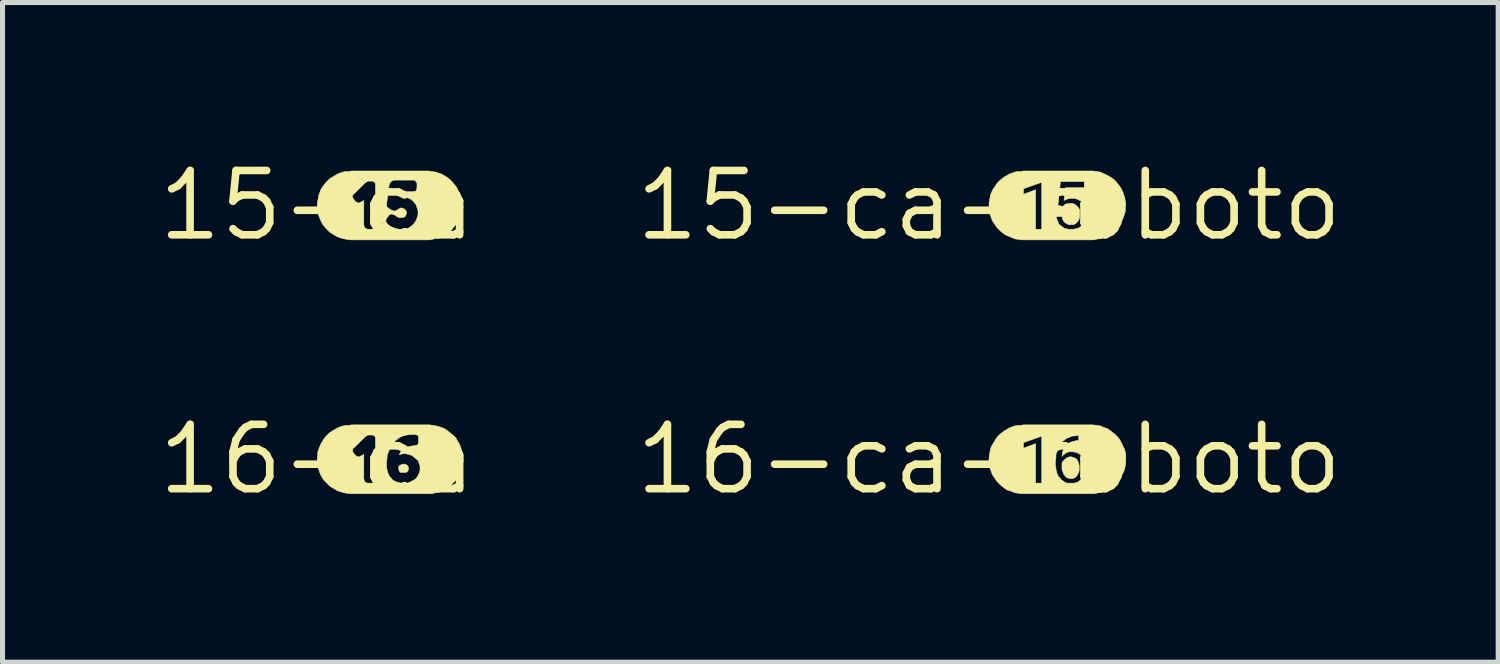
<source format=kicad_pcb>
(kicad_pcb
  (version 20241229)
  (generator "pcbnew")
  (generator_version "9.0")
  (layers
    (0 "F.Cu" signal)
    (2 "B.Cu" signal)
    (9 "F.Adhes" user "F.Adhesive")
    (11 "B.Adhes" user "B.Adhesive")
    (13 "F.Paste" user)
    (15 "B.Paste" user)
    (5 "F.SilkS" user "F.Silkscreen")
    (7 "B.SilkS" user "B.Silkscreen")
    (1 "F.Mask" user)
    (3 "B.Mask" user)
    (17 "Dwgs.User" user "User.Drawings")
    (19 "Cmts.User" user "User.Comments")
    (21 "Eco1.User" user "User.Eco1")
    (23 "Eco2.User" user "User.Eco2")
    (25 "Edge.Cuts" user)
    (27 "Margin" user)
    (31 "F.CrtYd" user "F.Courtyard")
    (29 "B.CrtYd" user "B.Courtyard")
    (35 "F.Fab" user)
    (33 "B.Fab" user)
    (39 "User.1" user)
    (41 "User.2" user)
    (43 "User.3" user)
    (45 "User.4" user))
  (footprint "16-ca"
    (layer "F.Cu")
    (at 3.213 6.019)
    (property "Reference" "16-ca" (at 0 0 0) (layer "F.SilkS") (effects (font (size 1.27 1.27) (thickness 0.15))))
    (attr board_only exclude_from_pos_files exclude_from_bom)
    (fp_poly (pts (xy 1.7 0.26) (xy 1.72 0.26) (xy 1.74 0.26) (xy 1.75 0.26) (xy 1.77 0.25) (xy 1.78 0.24) (xy 1.79 0.23) (xy 1.8 0.21) (xy 1.8 0.2) (xy 1.8 0.18) (xy 1.8 0.17) (xy 1.8 0.15) (xy 1.79 0.14) (xy 1.78 0.12) (xy 1.76 0.11) (xy 1.75 0.1) (xy 1.73 0.1) (xy 1.71 0.09) (xy 1.69 0.1) (xy 1.67 0.1) (xy 1.65 0.11) (xy 1.64 0.12) (xy 1.62 0.13) (xy 1.61 0.14) (xy 1.61 0.16) (xy 1.61 0.18) (xy 1.61 0.2) (xy 1.62 0.23) (xy 1.62 0.24) (xy 1.63 0.25) (xy 1.65 0.26) (xy 1.67 0.26) (xy 1.7 0.26)) (stroke (width 0.01) (type solid)) (fill yes) (layer "F.SilkS"))
    (fp_poly (pts (xy 0.68 -0.68) (xy 0.62 -0.67) (xy 0.56 -0.67) (xy 0.51 -0.66) (xy 0.45 -0.64) (xy 0.4 -0.62) (xy 0.35 -0.59) (xy 0.3 -0.56) (xy 0.25 -0.53) (xy 0.21 -0.49) (xy 0.17 -0.45) (xy 0.13 -0.4) (xy 0.1 -0.35) (xy 0.07 -0.3) (xy 0.05 -0.25) (xy 0.03 -0.2) (xy 0.01 -0.14) (xy 0.01 -0.08) (xy 0 -0.03) (xy 0 0.03) (xy 0.01 0.09) (xy 0.02 0.15) (xy 0.03 0.2) (xy 0.05 0.26) (xy 0.07 0.31) (xy 0.1 0.36) (xy 0.13 0.41) (xy 0.17 0.45) (xy 0.21 0.49) (xy 0.25 0.53) (xy 0.3 0.56) (xy 0.35 0.59) (xy 0.4 0.62) (xy 0.46 0.64) (xy 0.53 0.66) (xy 0.59 0.67) (xy 0.66 0.68) (xy 2.2 0.68) (xy 2.25 0.68) (xy 2.3 0.67) (xy 2.34 0.66) (xy 2.38 0.65) (xy 2.42 0.64) (xy 2.46 0.63) (xy 2.5 0.61) (xy 2.54 0.59) (xy 2.57 0.57) (xy 2.61 0.54) (xy 2.64 0.51) (xy 2.67 0.48) (xy 2.7 0.45) (xy 2.73 0.42) (xy 2.76 0.39) (xy 2.78 0.35) (xy 2.8 0.31) (xy 2.82 0.28) (xy 2.84 0.21) (xy 2.86 0.15) (xy 2.87 0.08) (xy 2.88 0.02) (xy 2.88 -0.05) (xy 2.87 -0.12) (xy 2.85 -0.18) (xy 2.83 -0.24) (xy 2.81 -0.3) (xy 2.77 -0.36) (xy 2.74 -0.42) (xy 2.69 -0.47) (xy 2.64 -0.51) (xy 2.59 -0.55) (xy 2.54 -0.59) (xy 2.48 -0.62) (xy 2.42 -0.64) (xy 2.35 -0.66) (xy 2.29 -0.67) (xy 2.22 -0.68) (xy 0.68 -0.68) (xy 0.96 -0.45) (xy 0.98 -0.47) (xy 1.01 -0.48) (xy 1.03 -0.48) (xy 1.06 -0.48) (xy 1.09 -0.48) (xy 1.13 -0.46) (xy 1.14 -0.45) (xy 1.15 -0.43) (xy 1.15 0.41) (xy 1.41 0.3) (xy 1.39 0.25) (xy 1.38 0.21) (xy 1.37 0.16) (xy 1.37 0.1) (xy 1.37 0.04) (xy 1.38 -0.02) (xy 1.38 -0.07) (xy 1.4 -0.13) (xy 1.42 -0.18) (xy 1.44 -0.22) (xy 1.46 -0.27) (xy 1.49 -0.31) (xy 1.53 -0.35) (xy 1.56 -0.38) (xy 1.61 -0.42) (xy 1.66 -0.45) (xy 1.72 -0.47) (xy 1.77 -0.48) (xy 1.85 -0.49) (xy 1.89 -0.49) (xy 1.92 -0.49) (xy 1.94 -0.49) (xy 1.96 -0.48) (xy 1.97 -0.48) (xy 1.99 -0.47) (xy 2 -0.45) (xy 2 -0.43) (xy 2 -0.41) (xy 2 -0.37) (xy 2 -0.35) (xy 2 -0.32) (xy 1.99 -0.3) (xy 1.98 -0.29) (xy 1.96 -0.27) (xy 1.95 -0.27) (xy 1.92 -0.27) (xy 1.85 -0.26) (xy 1.81 -0.25) (xy 1.77 -0.24) (xy 1.73 -0.22) (xy 1.7 -0.2) (xy 1.68 -0.18) (xy 1.66 -0.16) (xy 1.64 -0.13) (xy 1.62 -0.09) (xy 1.65 -0.1) (xy 1.69 -0.11) (xy 1.72 -0.11) (xy 1.76 -0.11) (xy 1.79 -0.1) (xy 1.83 -0.09) (xy 1.86 -0.08) (xy 1.89 -0.06) (xy 1.92 -0.04) (xy 1.95 -0.01) (xy 1.98 0.01) (xy 2 0.04) (xy 2.01 0.07) (xy 2.02 0.1) (xy 2.03 0.14) (xy 2.03 0.17) (xy 2.03 0.22) (xy 2.02 0.26) (xy 2 0.3) (xy 1.98 0.34) (xy 1.95 0.38) (xy 1.91 0.41) (xy 1.87 0.43) (xy 1.83 0.45) (xy 1.78 0.47) (xy 1.73 0.47) (xy 1.67 0.47) (xy 1.62 0.46) (xy 1.57 0.45) (xy 1.53 0.43) (xy 1.49 0.41) (xy 1.46 0.37) (xy 1.43 0.34) (xy 1.41 0.3) (xy 1.15 0.41) (xy 1.14 0.43) (xy 1.13 0.45) (xy 1.11 0.47) (xy 1.08 0.47) (xy 1.05 0.47) (xy 1.01 0.47) (xy 0.99 0.47) (xy 0.97 0.46) (xy 0.96 0.46) (xy 0.95 0.45) (xy 0.93 0.43) (xy 0.93 0.41) (xy 0.92 0.39) (xy 0.92 0.36) (xy 0.92 -0.1) (xy 0.91 -0.09) (xy 0.89 -0.08) (xy 0.87 -0.07) (xy 0.85 -0.06) (xy 0.84 -0.05) (xy 0.82 -0.05) (xy 0.81 -0.05) (xy 0.8 -0.05) (xy 0.78 -0.06) (xy 0.77 -0.07) (xy 0.75 -0.08) (xy 0.74 -0.1) (xy 0.72 -0.12) (xy 0.71 -0.14) (xy 0.7 -0.15) (xy 0.7 -0.17) (xy 0.7 -0.18) (xy 0.7 -0.2) (xy 0.71 -0.22) (xy 0.73 -0.23) (xy 0.95 -0.45) (xy 0.68 -0.68)) (stroke (width 0.01) (type solid)) (fill yes) (layer "F.SilkS")))
  (footprint "15-ca-roboto"
    (layer "F.Cu")
    (at 16.478 1.006)
    (property "Reference" "15-ca-roboto" (at 0 0 0) (layer "F.SilkS") (effects (font (size 1.27 1.27) (thickness 0.15))))
    (attr board_only exclude_from_pos_files exclude_from_bom)
    (fp_poly (pts (xy 0.68 -0.68) (xy 0.62 -0.67) (xy 0.56 -0.67) (xy 0.51 -0.66) (xy 0.46 -0.64) (xy 0.4 -0.62) (xy 0.35 -0.59) (xy 0.3 -0.56) (xy 0.26 -0.53) (xy 0.21 -0.49) (xy 0.17 -0.45) (xy 0.14 -0.41) (xy 0.11 -0.36) (xy 0.08 -0.32) (xy 0.05 -0.26) (xy 0.03 -0.21) (xy 0.02 -0.16) (xy 0.01 -0.1) (xy 0 -0.05) (xy 0 0.01) (xy 0 0.07) (xy 0.01 0.12) (xy 0.02 0.18) (xy 0.04 0.23) (xy 0.06 0.29) (xy 0.09 0.34) (xy 0.12 0.38) (xy 0.15 0.43) (xy 0.19 0.47) (xy 0.23 0.51) (xy 0.28 0.55) (xy 0.32 0.58) (xy 0.37 0.6) (xy 0.44 0.63) (xy 0.51 0.66) (xy 0.58 0.67) (xy 0.65 0.68) (xy 0.92 0.47) (xy 0.92 -0.31) (xy 0.68 -0.22) (xy 0.68 -0.33) (xy 1.02 -0.45) (xy 1.04 -0.45) (xy 1.04 0.47) (xy 0.92 0.47) (xy 0.65 0.68) (xy 2.02 0.68) (xy 2.06 0.68) (xy 2.11 0.67) (xy 2.15 0.66) (xy 2.19 0.66) (xy 2.23 0.64) (xy 2.27 0.63) (xy 2.3 0.61) (xy 2.34 0.6) (xy 2.38 0.57) (xy 2.41 0.55) (xy 2.44 0.53) (xy 2.47 0.5) (xy 2.5 0.47) (xy 2.53 0.44) (xy 2.56 0.41) (xy 2.58 0.38) (xy 2.6 0.34) (xy 2.62 0.31) (xy 2.65 0.24) (xy 2.67 0.18) (xy 2.69 0.12) (xy 2.69 0.05) (xy 2.7 -0.02) (xy 2.69 -0.08) (xy 2.68 -0.15) (xy 2.66 -0.21) (xy 2.64 -0.27) (xy 2.61 -0.33) (xy 2.57 -0.39) (xy 2.53 -0.44) (xy 2.49 -0.49) (xy 2.44 -0.53) (xy 2.38 -0.57) (xy 2.32 -0.6) (xy 2.26 -0.63) (xy 2.19 -0.66) (xy 2.12 -0.67) (xy 2.05 -0.68) (xy 1.88 -0.47) (xy 1.88 -0.35) (xy 1.51 -0.35) (xy 1.48 -0.1) (xy 1.51 -0.11) (xy 1.53 -0.12) (xy 1.56 -0.13) (xy 1.58 -0.14) (xy 1.61 -0.14) (xy 1.64 -0.14) (xy 1.67 -0.14) (xy 1.7 -0.14) (xy 1.72 -0.13) (xy 1.75 -0.12) (xy 1.77 -0.11) (xy 1.79 -0.1) (xy 1.81 -0.09) (xy 1.83 -0.07) (xy 1.85 -0.05) (xy 1.86 -0.03) (xy 1.87 -0.01) (xy 1.89 0.02) (xy 1.9 0.05) (xy 1.9 0.08) (xy 1.91 0.11) (xy 1.91 0.14) (xy 1.91 0.18) (xy 1.91 0.21) (xy 1.9 0.24) (xy 1.9 0.27) (xy 1.89 0.3) (xy 1.88 0.32) (xy 1.87 0.35) (xy 1.85 0.37) (xy 1.84 0.39) (xy 1.82 0.41) (xy 1.8 0.42) (xy 1.78 0.44) (xy 1.75 0.45) (xy 1.73 0.46) (xy 1.7 0.46) (xy 1.68 0.47) (xy 1.65 0.47) (xy 1.62 0.47) (xy 1.59 0.47) (xy 1.56 0.47) (xy 1.53 0.46) (xy 1.51 0.46) (xy 1.48 0.45) (xy 1.46 0.43) (xy 1.44 0.42) (xy 1.42 0.4) (xy 1.4 0.39) (xy 1.38 0.37) (xy 1.37 0.35) (xy 1.36 0.32) (xy 1.35 0.3) (xy 1.34 0.27) (xy 1.33 0.25) (xy 1.33 0.22) (xy 1.44 0.22) (xy 1.45 0.26) (xy 1.46 0.29) (xy 1.48 0.32) (xy 1.51 0.35) (xy 1.54 0.36) (xy 1.57 0.38) (xy 1.62 0.38) (xy 1.66 0.38) (xy 1.69 0.37) (xy 1.72 0.35) (xy 1.75 0.32) (xy 1.77 0.29) (xy 1.78 0.26) (xy 1.79 0.22) (xy 1.79 0.17) (xy 1.79 0.13) (xy 1.79 0.1) (xy 1.78 0.07) (xy 1.77 0.05) (xy 1.75 0.03) (xy 1.73 0.01) (xy 1.71 -0.01) (xy 1.69 -0.02) (xy 1.67 -0.03) (xy 1.64 -0.04) (xy 1.61 -0.04) (xy 1.58 -0.04) (xy 1.54 -0.03) (xy 1.52 -0.03) (xy 1.5 -0.02) (xy 1.46 0.02) (xy 1.36 0) (xy 1.41 -0.47) (xy 1.88 -0.47) (xy 2.05 -0.68) (xy 0.68 -0.68)) (stroke (width 0.01) (type solid)) (fill yes) (layer "F.SilkS")))
  (footprint "16-ca-roboto"
    (layer "F.Cu")
    (at 16.478 6.019)
    (property "Reference" "16-ca-roboto" (at 0 0 0) (layer "F.SilkS") (effects (font (size 1.27 1.27) (thickness 0.15))))
    (attr board_only exclude_from_pos_files exclude_from_bom)
    (fp_poly (pts (xy 1.62 -0.05) (xy 1.59 -0.05) (xy 1.56 -0.04) (xy 1.54 -0.03) (xy 1.51 -0.01) (xy 1.49 0.01) (xy 1.47 0.03) (xy 1.45 0.05) (xy 1.44 0.08) (xy 1.44 0.15) (xy 1.44 0.2) (xy 1.46 0.25) (xy 1.47 0.29) (xy 1.49 0.31) (xy 1.5 0.33) (xy 1.52 0.34) (xy 1.53 0.36) (xy 1.55 0.37) (xy 1.57 0.37) (xy 1.59 0.38) (xy 1.61 0.38) (xy 1.64 0.38) (xy 1.68 0.37) (xy 1.71 0.35) (xy 1.73 0.33) (xy 1.75 0.3) (xy 1.77 0.26) (xy 1.78 0.22) (xy 1.78 0.17) (xy 1.78 0.13) (xy 1.77 0.08) (xy 1.76 0.05) (xy 1.74 0.01) (xy 1.72 -0.01) (xy 1.69 -0.03) (xy 1.65 -0.04) (xy 1.62 -0.05)) (stroke (width 0.01) (type solid)) (fill yes) (layer "F.SilkS"))
    (fp_poly (pts (xy 0.68 -0.68) (xy 0.62 -0.67) (xy 0.56 -0.67) (xy 0.51 -0.66) (xy 0.45 -0.64) (xy 0.4 -0.62) (xy 0.35 -0.59) (xy 0.3 -0.56) (xy 0.26 -0.53) (xy 0.21 -0.49) (xy 0.17 -0.45) (xy 0.14 -0.41) (xy 0.11 -0.36) (xy 0.08 -0.31) (xy 0.05 -0.26) (xy 0.03 -0.21) (xy 0.02 -0.16) (xy 0.01 -0.1) (xy 0 -0.04) (xy 0 0.01) (xy 0 0.07) (xy 0.01 0.12) (xy 0.02 0.18) (xy 0.04 0.23) (xy 0.06 0.29) (xy 0.09 0.34) (xy 0.12 0.38) (xy 0.15 0.43) (xy 0.19 0.47) (xy 0.23 0.51) (xy 0.28 0.55) (xy 0.32 0.58) (xy 0.37 0.61) (xy 0.44 0.63) (xy 0.51 0.66) (xy 0.58 0.67) (xy 0.65 0.68) (xy 0.92 0.47) (xy 0.92 -0.31) (xy 0.68 -0.22) (xy 0.68 -0.33) (xy 1.02 -0.45) (xy 1.04 -0.45) (xy 1.04 0.47) (xy 0.92 0.47) (xy 0.65 0.68) (xy 2.03 0.68) (xy 1.81 0.4) (xy 1.79 0.42) (xy 1.77 0.44) (xy 1.75 0.45) (xy 1.72 0.46) (xy 1.69 0.47) (xy 1.66 0.47) (xy 1.63 0.47) (xy 1.6 0.47) (xy 1.57 0.47) (xy 1.54 0.47) (xy 1.51 0.46) (xy 1.48 0.44) (xy 1.45 0.42) (xy 1.42 0.4) (xy 1.4 0.37) (xy 1.37 0.34) (xy 1.35 0.3) (xy 1.34 0.27) (xy 1.33 0.23) (xy 1.32 0.19) (xy 1.32 0.16) (xy 1.31 0.11) (xy 1.31 0.03) (xy 1.32 -0.02) (xy 1.32 -0.08) (xy 1.33 -0.13) (xy 1.35 -0.17) (xy 1.36 -0.21) (xy 1.37 -0.24) (xy 1.39 -0.28) (xy 1.41 -0.31) (xy 1.43 -0.34) (xy 1.46 -0.36) (xy 1.49 -0.38) (xy 1.51 -0.4) (xy 1.54 -0.42) (xy 1.58 -0.43) (xy 1.61 -0.45) (xy 1.65 -0.46) (xy 1.69 -0.46) (xy 1.73 -0.47) (xy 1.77 -0.47) (xy 1.77 -0.37) (xy 1.72 -0.37) (xy 1.69 -0.36) (xy 1.65 -0.35) (xy 1.62 -0.34) (xy 1.59 -0.33) (xy 1.56 -0.31) (xy 1.53 -0.29) (xy 1.51 -0.26) (xy 1.48 -0.22) (xy 1.46 -0.17) (xy 1.45 -0.12) (xy 1.44 -0.06) (xy 1.47 -0.09) (xy 1.51 -0.12) (xy 1.55 -0.14) (xy 1.59 -0.15) (xy 1.65 -0.15) (xy 1.7 -0.14) (xy 1.72 -0.14) (xy 1.74 -0.13) (xy 1.76 -0.12) (xy 1.78 -0.11) (xy 1.81 -0.08) (xy 1.85 -0.04) (xy 1.87 0) (xy 1.89 0.05) (xy 1.9 0.1) (xy 1.9 0.15) (xy 1.9 0.21) (xy 1.89 0.26) (xy 1.88 0.29) (xy 1.87 0.31) (xy 1.86 0.34) (xy 1.85 0.36) (xy 1.83 0.38) (xy 1.81 0.4) (xy 2.03 0.68) (xy 2.07 0.68) (xy 2.11 0.67) (xy 2.16 0.66) (xy 2.2 0.66) (xy 2.24 0.64) (xy 2.27 0.63) (xy 2.31 0.61) (xy 2.35 0.6) (xy 2.38 0.57) (xy 2.42 0.55) (xy 2.45 0.53) (xy 2.48 0.5) (xy 2.51 0.47) (xy 2.54 0.44) (xy 2.57 0.41) (xy 2.59 0.38) (xy 2.61 0.34) (xy 2.63 0.3) (xy 2.66 0.24) (xy 2.68 0.18) (xy 2.69 0.12) (xy 2.7 0.05) (xy 2.7 -0.02) (xy 2.7 -0.08) (xy 2.69 -0.15) (xy 2.67 -0.21) (xy 2.64 -0.27) (xy 2.61 -0.33) (xy 2.58 -0.39) (xy 2.54 -0.44) (xy 2.49 -0.49) (xy 2.44 -0.53) (xy 2.39 -0.57) (xy 2.33 -0.61) (xy 2.26 -0.63) (xy 2.2 -0.66) (xy 2.13 -0.67) (xy 2.05 -0.68) (xy 0.68 -0.68)) (stroke (width 0.01) (type solid)) (fill yes) (layer "F.SilkS")))
  (footprint "15-ca"
    (layer "F.Cu")
    (at 3.213 1.006)
    (property "Reference" "15-ca" (at 0 0 0) (layer "F.SilkS") (effects (font (size 1.27 1.27) (thickness 0.15))))
    (attr board_only exclude_from_pos_files exclude_from_bom)
    (fp_poly (pts (xy 0.68 -0.68) (xy 0.62 -0.67) (xy 0.56 -0.67) (xy 0.51 -0.66) (xy 0.45 -0.64) (xy 0.4 -0.62) (xy 0.35 -0.59) (xy 0.3 -0.56) (xy 0.25 -0.53) (xy 0.21 -0.49) (xy 0.17 -0.45) (xy 0.13 -0.4) (xy 0.1 -0.36) (xy 0.07 -0.31) (xy 0.05 -0.25) (xy 0.03 -0.2) (xy 0.02 -0.14) (xy 0.01 -0.09) (xy 0 -0.03) (xy 0 0.03) (xy 0.01 0.09) (xy 0.02 0.14) (xy 0.03 0.2) (xy 0.05 0.25) (xy 0.07 0.3) (xy 0.1 0.36) (xy 0.13 0.4) (xy 0.17 0.45) (xy 0.21 0.49) (xy 0.25 0.53) (xy 0.3 0.56) (xy 0.35 0.59) (xy 0.4 0.62) (xy 0.46 0.64) (xy 0.53 0.66) (xy 0.59 0.67) (xy 0.66 0.68) (xy 2.18 0.68) (xy 2.22 0.68) (xy 2.27 0.67) (xy 2.31 0.66) (xy 2.35 0.65) (xy 2.39 0.64) (xy 2.43 0.63) (xy 2.47 0.61) (xy 2.51 0.59) (xy 2.55 0.57) (xy 2.58 0.54) (xy 2.61 0.52) (xy 2.65 0.49) (xy 2.67 0.46) (xy 2.7 0.42) (xy 2.73 0.39) (xy 2.75 0.35) (xy 2.77 0.32) (xy 2.79 0.28) (xy 2.82 0.22) (xy 2.83 0.15) (xy 2.85 0.09) (xy 2.85 0.02) (xy 2.85 -0.04) (xy 2.84 -0.11) (xy 2.83 -0.18) (xy 2.81 -0.24) (xy 2.78 -0.3) (xy 2.75 -0.36) (xy 2.71 -0.41) (xy 2.67 -0.46) (xy 2.62 -0.51) (xy 2.57 -0.55) (xy 2.51 -0.59) (xy 2.45 -0.62) (xy 2.39 -0.64) (xy 2.33 -0.66) (xy 2.26 -0.67) (xy 2.2 -0.68) (xy 0.68 -0.68) (xy 0.96 -0.45) (xy 0.98 -0.47) (xy 1.01 -0.48) (xy 1.03 -0.48) (xy 1.06 -0.48) (xy 1.09 -0.48) (xy 1.13 -0.46) (xy 1.14 -0.45) (xy 1.15 -0.43) (xy 1.15 0.41) (xy 1.36 0.32) (xy 1.36 0.31) (xy 1.35 0.29) (xy 1.36 0.28) (xy 1.37 0.26) (xy 1.38 0.24) (xy 1.42 0.19) (xy 1.44 0.18) (xy 1.46 0.17) (xy 1.47 0.17) (xy 1.48 0.17) (xy 1.51 0.18) (xy 1.53 0.19) (xy 1.55 0.2) (xy 1.56 0.21) (xy 1.58 0.22) (xy 1.59 0.23) (xy 1.62 0.24) (xy 1.65 0.24) (xy 1.67 0.24) (xy 1.69 0.24) (xy 1.71 0.23) (xy 1.72 0.23) (xy 1.73 0.22) (xy 1.75 0.2) (xy 1.75 0.19) (xy 1.76 0.17) (xy 1.76 0.15) (xy 1.76 0.13) (xy 1.76 0.12) (xy 1.75 0.1) (xy 1.74 0.09) (xy 1.73 0.08) (xy 1.72 0.07) (xy 1.7 0.06) (xy 1.69 0.06) (xy 1.67 0.05) (xy 1.65 0.05) (xy 1.63 0.06) (xy 1.61 0.07) (xy 1.58 0.09) (xy 1.56 0.1) (xy 1.54 0.11) (xy 1.51 0.11) (xy 1.5 0.1) (xy 1.48 0.1) (xy 1.43 0.07) (xy 1.39 0.04) (xy 1.38 0.03) (xy 1.37 0.02) (xy 1.37 0.01) (xy 1.37 -0.03) (xy 1.42 -0.41) (xy 1.44 -0.45) (xy 1.45 -0.46) (xy 1.46 -0.47) (xy 1.48 -0.49) (xy 1.5 -0.49) (xy 1.52 -0.5) (xy 1.54 -0.5) (xy 1.86 -0.5) (xy 1.9 -0.5) (xy 1.94 -0.49) (xy 1.94 -0.48) (xy 1.95 -0.47) (xy 1.96 -0.46) (xy 1.97 -0.44) (xy 1.97 -0.41) (xy 1.97 -0.38) (xy 1.97 -0.36) (xy 1.97 -0.34) (xy 1.96 -0.32) (xy 1.96 -0.3) (xy 1.95 -0.29) (xy 1.94 -0.28) (xy 1.91 -0.28) (xy 1.89 -0.27) (xy 1.64 -0.27) (xy 1.64 -0.26) (xy 1.63 -0.23) (xy 1.63 -0.18) (xy 1.7 -0.18) (xy 1.73 -0.17) (xy 1.75 -0.17) (xy 1.78 -0.16) (xy 1.81 -0.14) (xy 1.84 -0.13) (xy 1.86 -0.11) (xy 1.89 -0.09) (xy 1.91 -0.07) (xy 1.93 -0.04) (xy 1.95 -0.02) (xy 1.96 0.01) (xy 1.97 0.04) (xy 1.98 0.07) (xy 1.99 0.1) (xy 1.99 0.13) (xy 1.99 0.16) (xy 1.99 0.19) (xy 1.98 0.22) (xy 1.97 0.25) (xy 1.96 0.28) (xy 1.95 0.3) (xy 1.93 0.33) (xy 1.91 0.36) (xy 1.89 0.38) (xy 1.87 0.4) (xy 1.84 0.42) (xy 1.82 0.44) (xy 1.79 0.45) (xy 1.76 0.46) (xy 1.73 0.47) (xy 1.71 0.47) (xy 1.68 0.47) (xy 1.62 0.47) (xy 1.56 0.46) (xy 1.51 0.44) (xy 1.48 0.43) (xy 1.44 0.41) (xy 1.42 0.4) (xy 1.42 0.39) (xy 1.4 0.38) (xy 1.38 0.36) (xy 1.37 0.34) (xy 1.36 0.33) (xy 1.15 0.41) (xy 1.14 0.43) (xy 1.13 0.45) (xy 1.11 0.47) (xy 1.08 0.47) (xy 1.05 0.47) (xy 1.01 0.47) (xy 0.99 0.47) (xy 0.97 0.46) (xy 0.96 0.46) (xy 0.95 0.45) (xy 0.93 0.43) (xy 0.93 0.41) (xy 0.92 0.39) (xy 0.92 0.36) (xy 0.92 -0.1) (xy 0.91 -0.09) (xy 0.89 -0.08) (xy 0.87 -0.07) (xy 0.85 -0.06) (xy 0.84 -0.05) (xy 0.82 -0.05) (xy 0.81 -0.05) (xy 0.8 -0.05) (xy 0.78 -0.06) (xy 0.77 -0.07) (xy 0.75 -0.08) (xy 0.74 -0.1) (xy 0.72 -0.12) (xy 0.71 -0.14) (xy 0.7 -0.15) (xy 0.7 -0.17) (xy 0.7 -0.18) (xy 0.7 -0.2) (xy 0.71 -0.22) (xy 0.73 -0.23) (xy 0.95 -0.45) (xy 0.68 -0.68)) (stroke (width 0.01) (type solid)) (fill yes) (layer "F.SilkS")))
  (gr_rect
    (start -3 -3)
    (end 26.531 10.025)
    (stroke (width 0.1) (type default))
    (fill no)
    (layer "Edge.Cuts")))
</source>
